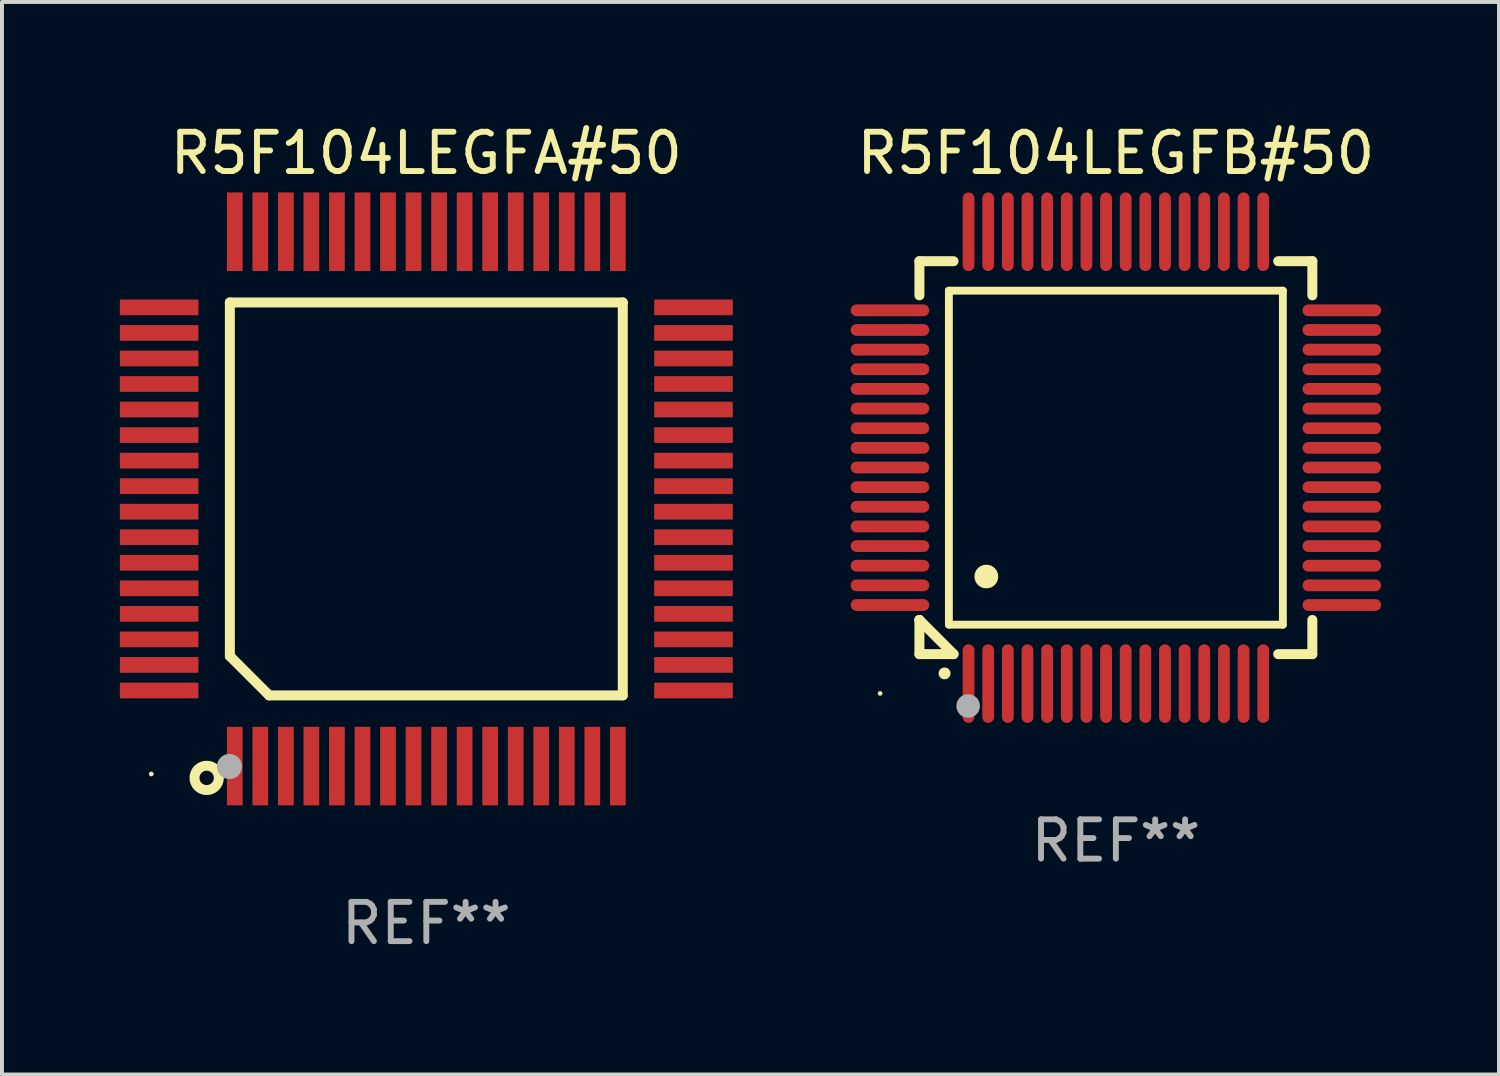
<source format=kicad_pcb>
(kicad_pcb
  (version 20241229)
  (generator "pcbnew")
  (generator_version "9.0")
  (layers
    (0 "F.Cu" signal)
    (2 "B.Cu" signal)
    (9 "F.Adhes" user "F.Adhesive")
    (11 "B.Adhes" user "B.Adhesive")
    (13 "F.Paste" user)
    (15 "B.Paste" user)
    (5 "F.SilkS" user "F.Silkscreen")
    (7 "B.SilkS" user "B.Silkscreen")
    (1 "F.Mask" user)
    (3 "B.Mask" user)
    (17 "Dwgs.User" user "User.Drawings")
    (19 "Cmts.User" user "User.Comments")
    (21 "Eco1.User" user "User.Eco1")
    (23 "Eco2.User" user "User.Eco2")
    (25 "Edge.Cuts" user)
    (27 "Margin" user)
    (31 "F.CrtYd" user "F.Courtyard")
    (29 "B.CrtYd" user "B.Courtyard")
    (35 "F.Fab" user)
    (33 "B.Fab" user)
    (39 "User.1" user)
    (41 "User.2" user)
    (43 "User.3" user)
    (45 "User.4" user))
  (footprint "R5F104LEGFA#50"
    (layer "F.Cu")
    (at 7.8 9.648)
    (property "Reference" "R5F104LEGFA#50" (at 0 -8.8 0) (layer "F.SilkS") (effects (font (size 1 1) (thickness 0.15))))
    (attr through_hole)
    (fp_line (start -5 -5) (end 5 -5) (stroke (width 0.254) (type solid)) (layer "F.SilkS"))
    (fp_line (start -5 4) (end -5 -5) (stroke (width 0.254) (type solid)) (layer "F.SilkS"))
    (fp_line (start -4 5) (end -5 4) (stroke (width 0.254) (type solid)) (layer "F.SilkS"))
    (fp_line (start 5 -5) (end 5 5) (stroke (width 0.254) (type solid)) (layer "F.SilkS"))
    (fp_line (start 5 5) (end -4 5) (stroke (width 0.254) (type solid)) (layer "F.SilkS"))
    (fp_circle (center -7 7) (end -6.97 7) (stroke (width 0.06) (type solid)) (fill no) (layer "F.SilkS"))
    (fp_circle (center -5.59 7.1) (end -5.28 7.1) (stroke (width 0.254) (type solid)) (fill no) (layer "F.SilkS"))
    (fp_circle (center -5.01 6.81) (end -4.85 6.81) (stroke (width 0.32) (type solid)) (fill no) (layer "F.Fab"))
    (fp_text user "REF**" (at 0 10.8 0) (layer "F.Fab") (effects (font (size 1 1) (thickness 0.15))))
    (pad "1" smd rect (at -4.875 6.8) (size 0.4 2) (layers "F.Cu" "F.Mask" "F.Paste"))
    (pad "2" smd rect (at -4.225 6.8) (size 0.4 2) (layers "F.Cu" "F.Mask" "F.Paste"))
    (pad "3" smd rect (at -3.575 6.8) (size 0.4 2) (layers "F.Cu" "F.Mask" "F.Paste"))
    (pad "4" smd rect (at -2.925 6.8) (size 0.4 2) (layers "F.Cu" "F.Mask" "F.Paste"))
    (pad "5" smd rect (at -2.275 6.8) (size 0.4 2) (layers "F.Cu" "F.Mask" "F.Paste"))
    (pad "6" smd rect (at -1.625 6.8) (size 0.4 2) (layers "F.Cu" "F.Mask" "F.Paste"))
    (pad "7" smd rect (at -0.975 6.8) (size 0.4 2) (layers "F.Cu" "F.Mask" "F.Paste"))
    (pad "8" smd rect (at -0.325 6.8) (size 0.4 2) (layers "F.Cu" "F.Mask" "F.Paste"))
    (pad "9" smd rect (at 0.325 6.8) (size 0.4 2) (layers "F.Cu" "F.Mask" "F.Paste"))
    (pad "10" smd rect (at 0.975 6.8) (size 0.4 2) (layers "F.Cu" "F.Mask" "F.Paste"))
    (pad "11" smd rect (at 1.625 6.8) (size 0.4 2) (layers "F.Cu" "F.Mask" "F.Paste"))
    (pad "12" smd rect (at 2.275 6.8) (size 0.4 2) (layers "F.Cu" "F.Mask" "F.Paste"))
    (pad "13" smd rect (at 2.925 6.8) (size 0.4 2) (layers "F.Cu" "F.Mask" "F.Paste"))
    (pad "14" smd rect (at 3.575 6.8) (size 0.4 2) (layers "F.Cu" "F.Mask" "F.Paste"))
    (pad "15" smd rect (at 4.225 6.8) (size 0.4 2) (layers "F.Cu" "F.Mask" "F.Paste"))
    (pad "16" smd rect (at 4.875 6.8) (size 0.4 2) (layers "F.Cu" "F.Mask" "F.Paste"))
    (pad "17" smd rect (at 6.8 4.875) (size 2 0.4) (layers "F.Cu" "F.Mask" "F.Paste"))
    (pad "18" smd rect (at 6.8 4.225) (size 2 0.4) (layers "F.Cu" "F.Mask" "F.Paste"))
    (pad "19" smd rect (at 6.8 3.575) (size 2 0.4) (layers "F.Cu" "F.Mask" "F.Paste"))
    (pad "20" smd rect (at 6.8 2.925) (size 2 0.4) (layers "F.Cu" "F.Mask" "F.Paste"))
    (pad "21" smd rect (at 6.8 2.275) (size 2 0.4) (layers "F.Cu" "F.Mask" "F.Paste"))
    (pad "22" smd rect (at 6.8 1.625) (size 2 0.4) (layers "F.Cu" "F.Mask" "F.Paste"))
    (pad "23" smd rect (at 6.8 0.975) (size 2 0.4) (layers "F.Cu" "F.Mask" "F.Paste"))
    (pad "24" smd rect (at 6.8 0.325) (size 2 0.4) (layers "F.Cu" "F.Mask" "F.Paste"))
    (pad "25" smd rect (at 6.8 -0.325) (size 2 0.4) (layers "F.Cu" "F.Mask" "F.Paste"))
    (pad "26" smd rect (at 6.8 -0.975) (size 2 0.4) (layers "F.Cu" "F.Mask" "F.Paste"))
    (pad "27" smd rect (at 6.8 -1.625) (size 2 0.4) (layers "F.Cu" "F.Mask" "F.Paste"))
    (pad "28" smd rect (at 6.8 -2.275) (size 2 0.4) (layers "F.Cu" "F.Mask" "F.Paste"))
    (pad "29" smd rect (at 6.8 -2.925) (size 2 0.4) (layers "F.Cu" "F.Mask" "F.Paste"))
    (pad "30" smd rect (at 6.8 -3.575) (size 2 0.4) (layers "F.Cu" "F.Mask" "F.Paste"))
    (pad "31" smd rect (at 6.8 -4.225) (size 2 0.4) (layers "F.Cu" "F.Mask" "F.Paste"))
    (pad "32" smd rect (at 6.8 -4.875) (size 2 0.4) (layers "F.Cu" "F.Mask" "F.Paste"))
    (pad "33" smd rect (at 4.875 -6.8) (size 0.4 2) (layers "F.Cu" "F.Mask" "F.Paste"))
    (pad "34" smd rect (at 4.225 -6.8) (size 0.4 2) (layers "F.Cu" "F.Mask" "F.Paste"))
    (pad "35" smd rect (at 3.575 -6.8) (size 0.4 2) (layers "F.Cu" "F.Mask" "F.Paste"))
    (pad "36" smd rect (at 2.925 -6.8) (size 0.4 2) (layers "F.Cu" "F.Mask" "F.Paste"))
    (pad "37" smd rect (at 2.275 -6.8) (size 0.4 2) (layers "F.Cu" "F.Mask" "F.Paste"))
    (pad "38" smd rect (at 1.625 -6.8) (size 0.4 2) (layers "F.Cu" "F.Mask" "F.Paste"))
    (pad "39" smd rect (at 0.975 -6.8) (size 0.4 2) (layers "F.Cu" "F.Mask" "F.Paste"))
    (pad "40" smd rect (at 0.325 -6.8) (size 0.4 2) (layers "F.Cu" "F.Mask" "F.Paste"))
    (pad "41" smd rect (at -0.325 -6.8) (size 0.4 2) (layers "F.Cu" "F.Mask" "F.Paste"))
    (pad "42" smd rect (at -0.975 -6.8) (size 0.4 2) (layers "F.Cu" "F.Mask" "F.Paste"))
    (pad "43" smd rect (at -1.625 -6.8) (size 0.4 2) (layers "F.Cu" "F.Mask" "F.Paste"))
    (pad "44" smd rect (at -2.275 -6.8) (size 0.4 2) (layers "F.Cu" "F.Mask" "F.Paste"))
    (pad "45" smd rect (at -2.925 -6.8) (size 0.4 2) (layers "F.Cu" "F.Mask" "F.Paste"))
    (pad "46" smd rect (at -3.575 -6.8) (size 0.4 2) (layers "F.Cu" "F.Mask" "F.Paste"))
    (pad "47" smd rect (at -4.225 -6.8) (size 0.4 2) (layers "F.Cu" "F.Mask" "F.Paste"))
    (pad "48" smd rect (at -4.875 -6.8) (size 0.4 2) (layers "F.Cu" "F.Mask" "F.Paste"))
    (pad "49" smd rect (at -6.8 -4.875) (size 2 0.4) (layers "F.Cu" "F.Mask" "F.Paste"))
    (pad "50" smd rect (at -6.8 -4.225) (size 2 0.4) (layers "F.Cu" "F.Mask" "F.Paste"))
    (pad "51" smd rect (at -6.8 -3.575) (size 2 0.4) (layers "F.Cu" "F.Mask" "F.Paste"))
    (pad "52" smd rect (at -6.8 -2.925) (size 2 0.4) (layers "F.Cu" "F.Mask" "F.Paste"))
    (pad "53" smd rect (at -6.8 -2.275) (size 2 0.4) (layers "F.Cu" "F.Mask" "F.Paste"))
    (pad "54" smd rect (at -6.8 -1.625) (size 2 0.4) (layers "F.Cu" "F.Mask" "F.Paste"))
    (pad "55" smd rect (at -6.8 -0.975) (size 2 0.4) (layers "F.Cu" "F.Mask" "F.Paste"))
    (pad "56" smd rect (at -6.8 -0.325) (size 2 0.4) (layers "F.Cu" "F.Mask" "F.Paste"))
    (pad "57" smd rect (at -6.8 0.325) (size 2 0.4) (layers "F.Cu" "F.Mask" "F.Paste"))
    (pad "58" smd rect (at -6.8 0.975) (size 2 0.4) (layers "F.Cu" "F.Mask" "F.Paste"))
    (pad "59" smd rect (at -6.8 1.625) (size 2 0.4) (layers "F.Cu" "F.Mask" "F.Paste"))
    (pad "60" smd rect (at -6.8 2.275) (size 2 0.4) (layers "F.Cu" "F.Mask" "F.Paste"))
    (pad "61" smd rect (at -6.8 2.925) (size 2 0.4) (layers "F.Cu" "F.Mask" "F.Paste"))
    (pad "62" smd rect (at -6.8 3.575) (size 2 0.4) (layers "F.Cu" "F.Mask" "F.Paste"))
    (pad "63" smd rect (at -6.8 4.225) (size 2 0.4) (layers "F.Cu" "F.Mask" "F.Paste"))
    (pad "64" smd rect (at -6.8 4.875) (size 2 0.4) (layers "F.Cu" "F.Mask" "F.Paste")))
  (footprint "R5F104LEGFB#50"
    (layer "F.Cu")
    (at 25.35 8.598)
    (property "Reference" "R5F104LEGFB#50" (at 0 -7.75 0) (layer "F.SilkS") (effects (font (size 1 1) (thickness 0.15))))
    (attr through_hole)
    (fp_line (start -5 -5) (end -4.131 -5) (stroke (width 0.254) (type solid)) (layer "F.SilkS"))
    (fp_line (start -5 -4.131) (end -5 -5) (stroke (width 0.254) (type solid)) (layer "F.SilkS"))
    (fp_line (start -5 4.131) (end -5 4.131) (stroke (width 0.254) (type solid)) (layer "F.SilkS"))
    (fp_line (start -5 5) (end -5 4.131) (stroke (width 0.254) (type solid)) (layer "F.SilkS"))
    (fp_line (start -5 4.131) (end -4.131 5) (stroke (width 0.254) (type solid)) (layer "F.SilkS"))
    (fp_line (start -4.25 -4.25) (end -4.25 4.25) (stroke (width 0.2) (type solid)) (layer "F.SilkS"))
    (fp_line (start -4.25 4.25) (end 4.25 4.25) (stroke (width 0.2) (type solid)) (layer "F.SilkS"))
    (fp_line (start -4.131 5) (end -5 5) (stroke (width 0.254) (type solid)) (layer "F.SilkS"))
    (fp_line (start 4.25 -4.25) (end -4.25 -4.25) (stroke (width 0.2) (type solid)) (layer "F.SilkS"))
    (fp_line (start 4.25 4.25) (end 4.25 -4.25) (stroke (width 0.2) (type solid)) (layer "F.SilkS"))
    (fp_line (start 5 -5) (end 4.131 -5) (stroke (width 0.254) (type solid)) (layer "F.SilkS"))
    (fp_line (start 5 -5) (end 5 -4.131) (stroke (width 0.254) (type solid)) (layer "F.SilkS"))
    (fp_line (start 5 4.131) (end 5 5) (stroke (width 0.254) (type solid)) (layer "F.SilkS"))
    (fp_line (start 5 5) (end 4.131 5) (stroke (width 0.254) (type solid)) (layer "F.SilkS"))
    (fp_arc (start -4.361265 5.489992) (mid -4.359995 5.489987) (end -4.358725 5.489992) (stroke (width 0.3) (type solid)) (layer "F.SilkS"))
    (fp_arc (start -3.299467 3.025146) (mid -3.296927 3.025135) (end -3.294387 3.025146) (stroke (width 0.6) (type solid)) (layer "F.SilkS"))
    (fp_circle (center -6 6) (end -5.97 6) (stroke (width 0.06) (type solid)) (fill no) (layer "F.SilkS"))
    (fp_circle (center -3.76 6.32) (end -3.61 6.32) (stroke (width 0.3) (type solid)) (fill no) (layer "F.Fab"))
    (fp_text user "REF**" (at 0 9.75 0) (layer "F.Fab") (effects (font (size 1 1) (thickness 0.15))))
    (pad "1" smd oval (at -3.75 5.75) (size 0.3 2) (layers "F.Cu" "F.Mask" "F.Paste"))
    (pad "2" smd oval (at -3.25 5.75) (size 0.3 2) (layers "F.Cu" "F.Mask" "F.Paste"))
    (pad "3" smd oval (at -2.75 5.75) (size 0.3 2) (layers "F.Cu" "F.Mask" "F.Paste"))
    (pad "4" smd oval (at -2.25 5.75) (size 0.3 2) (layers "F.Cu" "F.Mask" "F.Paste"))
    (pad "5" smd oval (at -1.75 5.75) (size 0.3 2) (layers "F.Cu" "F.Mask" "F.Paste"))
    (pad "6" smd oval (at -1.25 5.75) (size 0.3 2) (layers "F.Cu" "F.Mask" "F.Paste"))
    (pad "7" smd oval (at -0.75 5.75) (size 0.3 2) (layers "F.Cu" "F.Mask" "F.Paste"))
    (pad "8" smd oval (at -0.25 5.75) (size 0.3 2) (layers "F.Cu" "F.Mask" "F.Paste"))
    (pad "9" smd oval (at 0.25 5.75) (size 0.3 2) (layers "F.Cu" "F.Mask" "F.Paste"))
    (pad "10" smd oval (at 0.75 5.75) (size 0.3 2) (layers "F.Cu" "F.Mask" "F.Paste"))
    (pad "11" smd oval (at 1.25 5.75) (size 0.3 2) (layers "F.Cu" "F.Mask" "F.Paste"))
    (pad "12" smd oval (at 1.75 5.75) (size 0.3 2) (layers "F.Cu" "F.Mask" "F.Paste"))
    (pad "13" smd oval (at 2.25 5.75) (size 0.3 2) (layers "F.Cu" "F.Mask" "F.Paste"))
    (pad "14" smd oval (at 2.75 5.75) (size 0.3 2) (layers "F.Cu" "F.Mask" "F.Paste"))
    (pad "15" smd oval (at 3.25 5.75) (size 0.3 2) (layers "F.Cu" "F.Mask" "F.Paste"))
    (pad "16" smd oval (at 3.75 5.75) (size 0.3 2) (layers "F.Cu" "F.Mask" "F.Paste"))
    (pad "17" smd oval (at 5.75 3.75) (size 2 0.3) (layers "F.Cu" "F.Mask" "F.Paste"))
    (pad "18" smd oval (at 5.75 3.25) (size 2 0.3) (layers "F.Cu" "F.Mask" "F.Paste"))
    (pad "19" smd oval (at 5.75 2.75) (size 2 0.3) (layers "F.Cu" "F.Mask" "F.Paste"))
    (pad "20" smd oval (at 5.75 2.25) (size 2 0.3) (layers "F.Cu" "F.Mask" "F.Paste"))
    (pad "21" smd oval (at 5.75 1.75) (size 2 0.3) (layers "F.Cu" "F.Mask" "F.Paste"))
    (pad "22" smd oval (at 5.75 1.25) (size 2 0.3) (layers "F.Cu" "F.Mask" "F.Paste"))
    (pad "23" smd oval (at 5.75 0.75) (size 2 0.3) (layers "F.Cu" "F.Mask" "F.Paste"))
    (pad "24" smd oval (at 5.75 0.25) (size 2 0.3) (layers "F.Cu" "F.Mask" "F.Paste"))
    (pad "25" smd oval (at 5.75 -0.25) (size 2 0.3) (layers "F.Cu" "F.Mask" "F.Paste"))
    (pad "26" smd oval (at 5.75 -0.75) (size 2 0.3) (layers "F.Cu" "F.Mask" "F.Paste"))
    (pad "27" smd oval (at 5.75 -1.25) (size 2 0.3) (layers "F.Cu" "F.Mask" "F.Paste"))
    (pad "28" smd oval (at 5.75 -1.75) (size 2 0.3) (layers "F.Cu" "F.Mask" "F.Paste"))
    (pad "29" smd oval (at 5.75 -2.25) (size 2 0.3) (layers "F.Cu" "F.Mask" "F.Paste"))
    (pad "30" smd oval (at 5.75 -2.75) (size 2 0.3) (layers "F.Cu" "F.Mask" "F.Paste"))
    (pad "31" smd oval (at 5.75 -3.25) (size 2 0.3) (layers "F.Cu" "F.Mask" "F.Paste"))
    (pad "32" smd oval (at 5.75 -3.75) (size 2 0.3) (layers "F.Cu" "F.Mask" "F.Paste"))
    (pad "33" smd oval (at 3.75 -5.75) (size 0.3 2) (layers "F.Cu" "F.Mask" "F.Paste"))
    (pad "34" smd oval (at 3.25 -5.75) (size 0.3 2) (layers "F.Cu" "F.Mask" "F.Paste"))
    (pad "35" smd oval (at 2.75 -5.75) (size 0.3 2) (layers "F.Cu" "F.Mask" "F.Paste"))
    (pad "36" smd oval (at 2.25 -5.75) (size 0.3 2) (layers "F.Cu" "F.Mask" "F.Paste"))
    (pad "37" smd oval (at 1.75 -5.75) (size 0.3 2) (layers "F.Cu" "F.Mask" "F.Paste"))
    (pad "38" smd oval (at 1.25 -5.75) (size 0.3 2) (layers "F.Cu" "F.Mask" "F.Paste"))
    (pad "39" smd oval (at 0.75 -5.75) (size 0.3 2) (layers "F.Cu" "F.Mask" "F.Paste"))
    (pad "40" smd oval (at 0.25 -5.75) (size 0.3 2) (layers "F.Cu" "F.Mask" "F.Paste"))
    (pad "41" smd oval (at -0.25 -5.75) (size 0.3 2) (layers "F.Cu" "F.Mask" "F.Paste"))
    (pad "42" smd oval (at -0.75 -5.75) (size 0.3 2) (layers "F.Cu" "F.Mask" "F.Paste"))
    (pad "43" smd oval (at -1.25 -5.75) (size 0.3 2) (layers "F.Cu" "F.Mask" "F.Paste"))
    (pad "44" smd oval (at -1.75 -5.75) (size 0.3 2) (layers "F.Cu" "F.Mask" "F.Paste"))
    (pad "45" smd oval (at -2.25 -5.75) (size 0.3 2) (layers "F.Cu" "F.Mask" "F.Paste"))
    (pad "46" smd oval (at -2.75 -5.75) (size 0.3 2) (layers "F.Cu" "F.Mask" "F.Paste"))
    (pad "47" smd oval (at -3.25 -5.75) (size 0.3 2) (layers "F.Cu" "F.Mask" "F.Paste"))
    (pad "48" smd oval (at -3.75 -5.75) (size 0.3 2) (layers "F.Cu" "F.Mask" "F.Paste"))
    (pad "49" smd oval (at -5.75 -3.75) (size 2 0.3) (layers "F.Cu" "F.Mask" "F.Paste"))
    (pad "50" smd oval (at -5.75 -3.25) (size 2 0.3) (layers "F.Cu" "F.Mask" "F.Paste"))
    (pad "51" smd oval (at -5.75 -2.75) (size 2 0.3) (layers "F.Cu" "F.Mask" "F.Paste"))
    (pad "52" smd oval (at -5.75 -2.25) (size 2 0.3) (layers "F.Cu" "F.Mask" "F.Paste"))
    (pad "53" smd oval (at -5.75 -1.75) (size 2 0.3) (layers "F.Cu" "F.Mask" "F.Paste"))
    (pad "54" smd oval (at -5.75 -1.25) (size 2 0.3) (layers "F.Cu" "F.Mask" "F.Paste"))
    (pad "55" smd oval (at -5.75 -0.75) (size 2 0.3) (layers "F.Cu" "F.Mask" "F.Paste"))
    (pad "56" smd oval (at -5.75 -0.25) (size 2 0.3) (layers "F.Cu" "F.Mask" "F.Paste"))
    (pad "57" smd oval (at -5.75 0.25) (size 2 0.3) (layers "F.Cu" "F.Mask" "F.Paste"))
    (pad "58" smd oval (at -5.75 0.75) (size 2 0.3) (layers "F.Cu" "F.Mask" "F.Paste"))
    (pad "59" smd oval (at -5.75 1.25) (size 2 0.3) (layers "F.Cu" "F.Mask" "F.Paste"))
    (pad "60" smd oval (at -5.75 1.75) (size 2 0.3) (layers "F.Cu" "F.Mask" "F.Paste"))
    (pad "61" smd oval (at -5.75 2.25) (size 2 0.3) (layers "F.Cu" "F.Mask" "F.Paste"))
    (pad "62" smd oval (at -5.75 2.75) (size 2 0.3) (layers "F.Cu" "F.Mask" "F.Paste"))
    (pad "63" smd oval (at -5.75 3.25) (size 2 0.3) (layers "F.Cu" "F.Mask" "F.Paste"))
    (pad "64" smd oval (at -5.75 3.75) (size 2 0.3) (layers "F.Cu" "F.Mask" "F.Paste")))
  (gr_rect
    (start -3 -3)
    (end 35.1 24.297)
    (stroke (width 0.1) (type default))
    (fill no)
    (layer "Edge.Cuts")))
</source>
